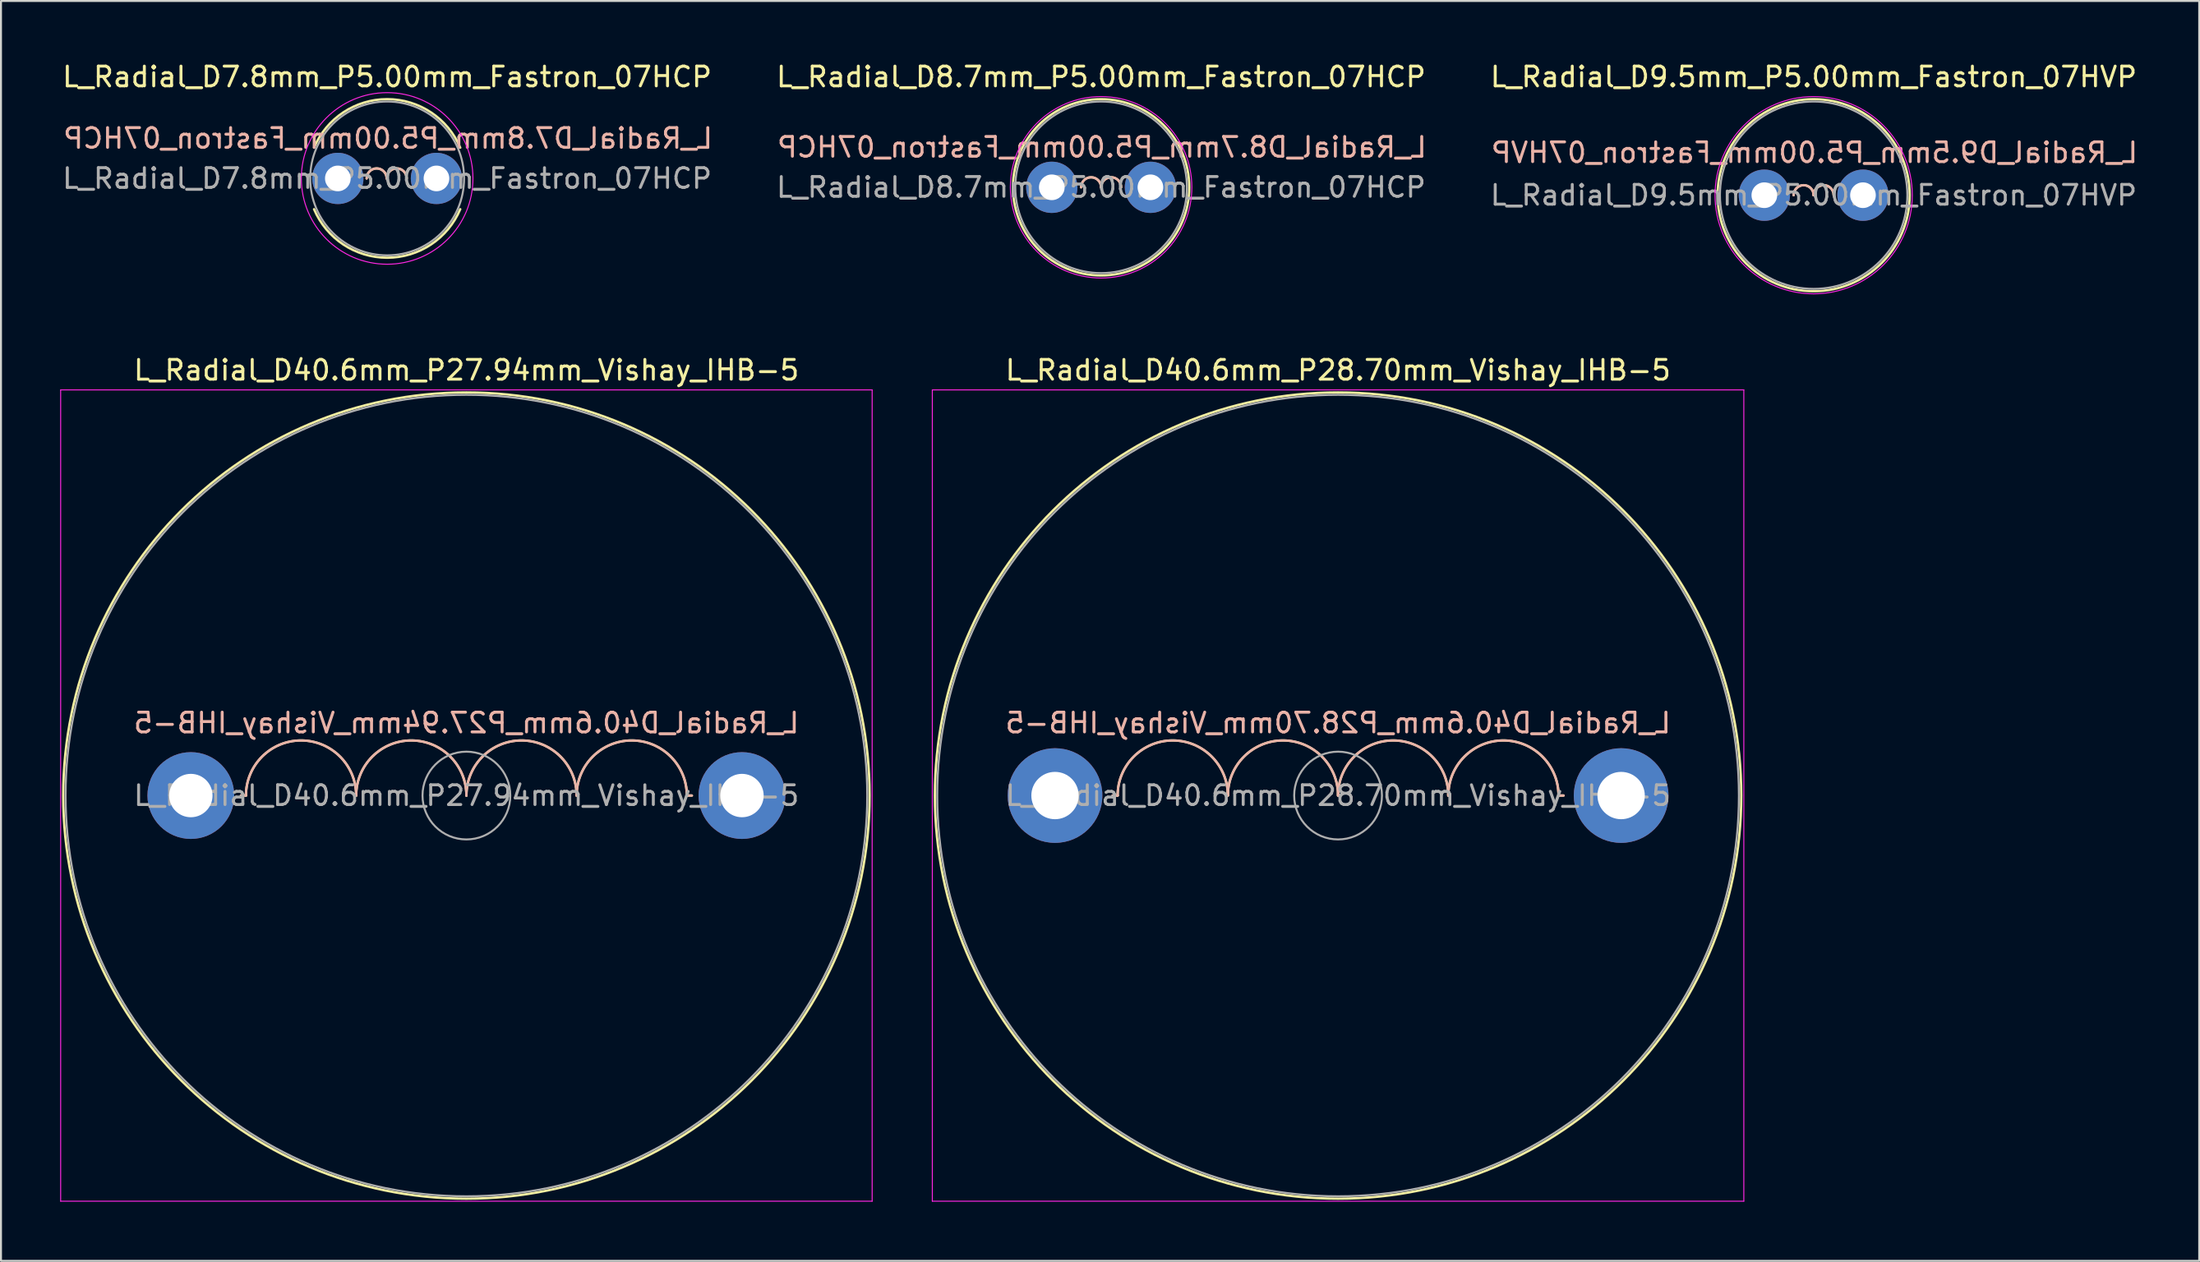
<source format=kicad_pcb>
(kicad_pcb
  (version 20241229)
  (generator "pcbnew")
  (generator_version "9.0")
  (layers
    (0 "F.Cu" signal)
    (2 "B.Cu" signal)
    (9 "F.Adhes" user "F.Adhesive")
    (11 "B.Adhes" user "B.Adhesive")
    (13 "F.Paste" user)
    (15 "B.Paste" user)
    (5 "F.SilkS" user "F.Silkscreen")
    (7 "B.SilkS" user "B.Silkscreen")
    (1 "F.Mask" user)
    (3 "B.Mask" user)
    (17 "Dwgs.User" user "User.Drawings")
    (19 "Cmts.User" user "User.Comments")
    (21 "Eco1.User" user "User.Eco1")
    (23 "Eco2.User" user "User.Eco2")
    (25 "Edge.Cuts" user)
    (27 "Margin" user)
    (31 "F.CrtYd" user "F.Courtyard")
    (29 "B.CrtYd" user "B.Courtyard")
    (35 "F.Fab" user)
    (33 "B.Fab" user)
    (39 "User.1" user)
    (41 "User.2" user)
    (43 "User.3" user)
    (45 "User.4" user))
  (footprint "L_Radial_D9.5mm_P5.00mm_Fastron_07HVP"
    (layer "F.Cu")
    (at 86.395 6.848)
    (property "Reference" "L_Radial_D9.5mm_P5.00mm_Fastron_07HVP" (at 2.5 -6 0) (layer "F.SilkS") (effects (font (size 1 1) (thickness 0.15))))
    (fp_arc (start 1.484 0) (mid 1.992 -0.508) (end 2.5 0) (stroke (width 0.12) (type solid)) (layer "F.SilkS"))
    (fp_arc (start 2.5 0) (mid 3.008 -0.508) (end 3.516 0) (stroke (width 0.12) (type solid)) (layer "F.SilkS"))
    (fp_circle (center 2.5 0) (end 7.37 0) (stroke (width 0.12) (type solid)) (fill no) (layer "F.SilkS"))
    (fp_arc (start 1.484 0) (mid 1.992 -0.508) (end 2.5 0) (stroke (width 0.12) (type solid)) (layer "B.SilkS"))
    (fp_arc (start 2.5 0) (mid 3.008 -0.508) (end 3.516 0) (stroke (width 0.12) (type solid)) (layer "B.SilkS"))
    (fp_circle (center 2.5 0) (end 7.5 0) (stroke (width 0.05) (type solid)) (fill no) (layer "F.CrtYd"))
    (fp_circle (center 2.5 0) (end 7.25 0) (stroke (width 0.1) (type solid)) (fill no) (layer "F.Fab"))
    (fp_text user "${REFERENCE}" (at 2.54 -2.159 0) (layer "B.SilkS") (effects (font (size 1 1) (thickness 0.15)) (justify mirror)))
    (fp_text user "${REFERENCE}" (at 2.5 0 0) (layer "F.Fab") (effects (font (size 1 1) (thickness 0.15))))
    (pad "1" thru_hole circle (at 0 0) (size 2.6 2.6) (drill 1.3) (layers "*.Cu" "*.Mask"))
    (pad "2" thru_hole circle (at 5 0) (size 2.6 2.6) (drill 1.3) (layers "*.Cu" "*.Mask")))
  (footprint "L_Radial_D8.7mm_P5.00mm_Fastron_07HCP"
    (layer "F.Cu")
    (at 50.272 6.448)
    (property "Reference" "L_Radial_D8.7mm_P5.00mm_Fastron_07HCP" (at 2.5 -5.6 0) (layer "F.SilkS") (effects (font (size 1 1) (thickness 0.15))))
    (fp_arc (start 1.484 0) (mid 1.992 -0.508) (end 2.5 0) (stroke (width 0.12) (type solid)) (layer "F.SilkS"))
    (fp_arc (start 2.5 0) (mid 3.008 -0.508) (end 3.516 0) (stroke (width 0.12) (type solid)) (layer "F.SilkS"))
    (fp_circle (center 2.5 0) (end 6.97 0) (stroke (width 0.12) (type solid)) (fill no) (layer "F.SilkS"))
    (fp_arc (start 1.484 0) (mid 1.992 -0.508) (end 2.5 0) (stroke (width 0.12) (type solid)) (layer "B.SilkS"))
    (fp_arc (start 2.5 0) (mid 3.008 -0.508) (end 3.516 0) (stroke (width 0.12) (type solid)) (layer "B.SilkS"))
    (fp_circle (center 2.5 0) (end 7.1 0) (stroke (width 0.05) (type solid)) (fill no) (layer "F.CrtYd"))
    (fp_circle (center 2.5 0) (end 6.85 0) (stroke (width 0.1) (type solid)) (fill no) (layer "F.Fab"))
    (fp_text user "${REFERENCE}" (at 2.54 -2.032 0) (layer "B.SilkS") (effects (font (size 1 1) (thickness 0.15)) (justify mirror)))
    (fp_text user "${REFERENCE}" (at 2.5 0 0) (layer "F.Fab") (effects (font (size 1 1) (thickness 0.15))))
    (pad "1" thru_hole circle (at 0 0) (size 2.6 2.6) (drill 1.3) (layers "*.Cu" "*.Mask"))
    (pad "2" thru_hole circle (at 5 0) (size 2.6 2.6) (drill 1.3) (layers "*.Cu" "*.Mask")))
  (footprint "L_Radial_D40.6mm_P28.70mm_Vishay_IHB-5"
    (layer "F.Cu")
    (at 50.435 37.291)
    (property "Reference" "L_Radial_D40.6mm_P28.70mm_Vishay_IHB-5" (at 14.35 -21.57 0) (layer "F.SilkS") (effects (font (size 1 1) (thickness 0.15))))
    (fp_line (start 3.174 0) (end 2.92 0) (stroke (width 0.12) (type solid)) (layer "F.SilkS"))
    (fp_line (start 25.526 0) (end 25.78 0) (stroke (width 0.12) (type solid)) (layer "F.SilkS"))
    (fp_arc (start 3.174 0) (mid 5.968 -2.794) (end 8.762 0) (stroke (width 0.12) (type solid)) (layer "F.SilkS"))
    (fp_arc (start 8.762 0) (mid 11.556 -2.794) (end 14.35 0) (stroke (width 0.12) (type solid)) (layer "F.SilkS"))
    (fp_arc (start 14.35 0) (mid 17.144 -2.794) (end 19.938 0) (stroke (width 0.12) (type solid)) (layer "F.SilkS"))
    (fp_arc (start 19.938 0) (mid 22.732 -2.794) (end 25.526 0) (stroke (width 0.12) (type solid)) (layer "F.SilkS"))
    (fp_circle (center 14.35 0) (end 34.79 0) (stroke (width 0.12) (type solid)) (fill no) (layer "F.SilkS"))
    (fp_line (start 3.175 0) (end 2.921 0) (stroke (width 0.12) (type solid)) (layer "B.SilkS"))
    (fp_line (start 25.527 0) (end 25.781 0) (stroke (width 0.12) (type solid)) (layer "B.SilkS"))
    (fp_arc (start 3.175 0) (mid 5.969 -2.794) (end 8.763 0) (stroke (width 0.12) (type solid)) (layer "B.SilkS"))
    (fp_arc (start 8.763 0) (mid 11.557 -2.794) (end 14.351 0) (stroke (width 0.12) (type solid)) (layer "B.SilkS"))
    (fp_arc (start 14.351 0) (mid 17.145 -2.794) (end 19.939 0) (stroke (width 0.12) (type solid)) (layer "B.SilkS"))
    (fp_arc (start 19.939 0) (mid 22.733 -2.794) (end 25.527 0) (stroke (width 0.12) (type solid)) (layer "B.SilkS"))
    (fp_line (start -6.22 -20.57) (end -6.22 20.57) (stroke (width 0.05) (type solid)) (layer "F.CrtYd"))
    (fp_line (start -6.22 20.57) (end 34.92 20.57) (stroke (width 0.05) (type solid)) (layer "F.CrtYd"))
    (fp_line (start 34.92 -20.57) (end -6.22 -20.57) (stroke (width 0.05) (type solid)) (layer "F.CrtYd"))
    (fp_line (start 34.92 20.57) (end 34.92 -20.57) (stroke (width 0.05) (type solid)) (layer "F.CrtYd"))
    (fp_circle (center 14.35 0) (end 16.575 0) (stroke (width 0.1) (type solid)) (fill no) (layer "F.Fab"))
    (fp_circle (center 14.35 0) (end 34.67 0) (stroke (width 0.1) (type solid)) (fill no) (layer "F.Fab"))
    (fp_text user "${REFERENCE}" (at 14.351 -3.683 0) (layer "B.SilkS") (effects (font (size 1 1) (thickness 0.15)) (justify mirror)))
    (fp_text user "${REFERENCE}" (at 14.35 0 0) (layer "F.Fab") (effects (font (size 1 1) (thickness 0.15))))
    (pad "1" thru_hole circle (at 0 0) (size 4.8 4.8) (drill 2.4) (layers "*.Cu" "*.Mask"))
    (pad "2" thru_hole circle (at 28.7 0) (size 4.8 4.8) (drill 2.4) (layers "*.Cu" "*.Mask")))
  (footprint "L_Radial_D40.6mm_P27.94mm_Vishay_IHB-5"
    (layer "F.Cu")
    (at 6.625 37.291)
    (property "Reference" "L_Radial_D40.6mm_P27.94mm_Vishay_IHB-5" (at 13.97 -21.57 0) (layer "F.SilkS") (effects (font (size 1 1) (thickness 0.15))))
    (fp_line (start 2.794 0) (end 2.54 0) (stroke (width 0.12) (type solid)) (layer "F.SilkS"))
    (fp_line (start 25.146 0) (end 25.4 0) (stroke (width 0.12) (type solid)) (layer "F.SilkS"))
    (fp_arc (start 2.794 0) (mid 5.588 -2.794) (end 8.382 0) (stroke (width 0.12) (type solid)) (layer "F.SilkS"))
    (fp_arc (start 8.382 0) (mid 11.176 -2.794) (end 13.97 0) (stroke (width 0.12) (type solid)) (layer "F.SilkS"))
    (fp_arc (start 13.97 0) (mid 16.764 -2.794) (end 19.558 0) (stroke (width 0.12) (type solid)) (layer "F.SilkS"))
    (fp_arc (start 19.558 0) (mid 22.352 -2.794) (end 25.146 0) (stroke (width 0.12) (type solid)) (layer "F.SilkS"))
    (fp_circle (center 13.97 0) (end 34.41 0) (stroke (width 0.12) (type solid)) (fill no) (layer "F.SilkS"))
    (fp_line (start 2.794 0) (end 2.54 0) (stroke (width 0.12) (type solid)) (layer "B.SilkS"))
    (fp_line (start 25.146 0) (end 25.4 0) (stroke (width 0.12) (type solid)) (layer "B.SilkS"))
    (fp_arc (start 2.794 0) (mid 5.588 -2.794) (end 8.382 0) (stroke (width 0.12) (type solid)) (layer "B.SilkS"))
    (fp_arc (start 8.382 0) (mid 11.176 -2.794) (end 13.97 0) (stroke (width 0.12) (type solid)) (layer "B.SilkS"))
    (fp_arc (start 13.97 0) (mid 16.764 -2.794) (end 19.558 0) (stroke (width 0.12) (type solid)) (layer "B.SilkS"))
    (fp_arc (start 19.558 0) (mid 22.352 -2.794) (end 25.146 0) (stroke (width 0.12) (type solid)) (layer "B.SilkS"))
    (fp_line (start -6.6 -20.57) (end -6.6 20.57) (stroke (width 0.05) (type solid)) (layer "F.CrtYd"))
    (fp_line (start -6.6 20.57) (end 34.54 20.57) (stroke (width 0.05) (type solid)) (layer "F.CrtYd"))
    (fp_line (start 34.54 -20.57) (end -6.6 -20.57) (stroke (width 0.05) (type solid)) (layer "F.CrtYd"))
    (fp_line (start 34.54 20.57) (end 34.54 -20.57) (stroke (width 0.05) (type solid)) (layer "F.CrtYd"))
    (fp_circle (center 13.97 0) (end 16.195 0) (stroke (width 0.1) (type solid)) (fill no) (layer "F.Fab"))
    (fp_circle (center 13.97 0) (end 34.29 0) (stroke (width 0.1) (type solid)) (fill no) (layer "F.Fab"))
    (fp_text user "${REFERENCE}" (at 13.97 -3.683 0) (layer "B.SilkS") (effects (font (size 1 1) (thickness 0.15)) (justify mirror)))
    (fp_text user "${REFERENCE}" (at 13.97 0 0) (layer "F.Fab") (effects (font (size 1 1) (thickness 0.15))))
    (pad "1" thru_hole circle (at 0 0) (size 4.4 4.4) (drill 2.2) (layers "*.Cu" "*.Mask"))
    (pad "2" thru_hole circle (at 27.94 0) (size 4.4 4.4) (drill 2.2) (layers "*.Cu" "*.Mask")))
  (footprint "L_Radial_D7.8mm_P5.00mm_Fastron_07HCP"
    (layer "F.Cu")
    (at 14.077 5.998)
    (property "Reference" "L_Radial_D7.8mm_P5.00mm_Fastron_07HCP" (at 2.5 -5.15 0) (layer "F.SilkS") (effects (font (size 1 1) (thickness 0.15))))
    (fp_arc (start -1.20497 -1.56) (mid 2.5 -4.02) (end 6.20497 -1.56) (stroke (width 0.12) (type solid)) (layer "F.SilkS"))
    (fp_arc (start 1.4605 0) (mid 1.9685 -0.508) (end 2.4765 0) (stroke (width 0.12) (type solid)) (layer "F.SilkS"))
    (fp_arc (start 2.4765 0) (mid 2.9845 -0.508) (end 3.4925 0) (stroke (width 0.12) (type solid)) (layer "F.SilkS"))
    (fp_arc (start 6.20497 1.56) (mid 2.5 4.02) (end -1.20497 1.56) (stroke (width 0.12) (type solid)) (layer "F.SilkS"))
    (fp_arc (start 1.4605 0) (mid 1.9685 -0.508) (end 2.4765 0) (stroke (width 0.12) (type solid)) (layer "B.SilkS"))
    (fp_arc (start 2.4765 0) (mid 2.9845 -0.508) (end 3.4925 0) (stroke (width 0.12) (type solid)) (layer "B.SilkS"))
    (fp_circle (center 2.5 0) (end 6.85 0) (stroke (width 0.05) (type solid)) (fill no) (layer "F.CrtYd"))
    (fp_circle (center 2.5 0) (end 6.4 0) (stroke (width 0.1) (type solid)) (fill no) (layer "F.Fab"))
    (fp_text user "${REFERENCE}" (at 2.54 -2.032 0) (layer "B.SilkS") (effects (font (size 1 1) (thickness 0.15)) (justify mirror)))
    (fp_text user "${REFERENCE}" (at 2.5 0 0) (layer "F.Fab") (effects (font (size 1 1) (thickness 0.15))))
    (pad "1" thru_hole circle (at 0 0) (size 2.6 2.6) (drill 1.3) (layers "*.Cu" "*.Mask"))
    (pad "2" thru_hole circle (at 5 0) (size 2.6 2.6) (drill 1.3) (layers "*.Cu" "*.Mask")))
  (gr_rect
    (start -3 -3)
    (end 108.441 60.886)
    (stroke (width 0.1) (type default))
    (fill no)
    (layer "Edge.Cuts")))
</source>
